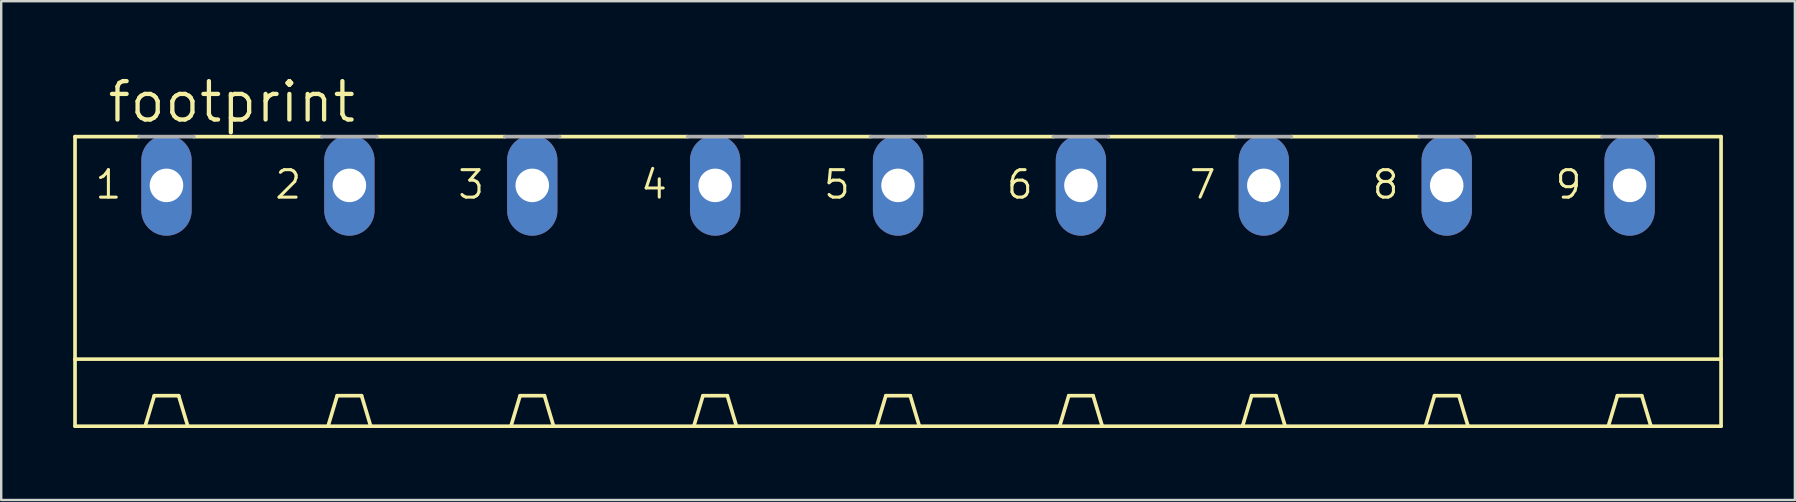
<source format=kicad_pcb>
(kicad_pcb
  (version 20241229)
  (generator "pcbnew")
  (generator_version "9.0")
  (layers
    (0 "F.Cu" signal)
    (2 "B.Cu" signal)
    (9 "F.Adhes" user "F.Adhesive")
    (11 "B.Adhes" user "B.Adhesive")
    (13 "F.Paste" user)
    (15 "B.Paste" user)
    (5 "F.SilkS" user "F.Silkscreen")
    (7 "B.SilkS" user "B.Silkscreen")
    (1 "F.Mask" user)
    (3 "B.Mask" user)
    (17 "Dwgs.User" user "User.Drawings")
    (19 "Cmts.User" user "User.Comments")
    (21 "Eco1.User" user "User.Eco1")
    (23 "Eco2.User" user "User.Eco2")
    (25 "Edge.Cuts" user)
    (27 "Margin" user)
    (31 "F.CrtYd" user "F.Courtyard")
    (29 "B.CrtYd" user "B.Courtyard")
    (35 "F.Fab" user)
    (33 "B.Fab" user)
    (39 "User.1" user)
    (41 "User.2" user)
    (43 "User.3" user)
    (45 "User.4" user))
  (footprint "footprint"
    (layer "F.Cu")
    (at 34.366 9.754)
    (property "Reference" "footprint" (at -33.02 -7.62 0) (layer "F.SilkS") (effects (font (size 1.6 1.6) (thickness 0.178)) (justify left bottom)))
    (fp_line (start -34.29 -7.112) (end -34.29 2.159) (stroke (width 0.152) (type solid)) (layer "F.SilkS"))
    (fp_line (start -34.29 -7.112) (end -31.623 -7.112) (stroke (width 0.152) (type solid)) (layer "F.SilkS"))
    (fp_line (start -34.29 2.159) (end -34.29 4.953) (stroke (width 0.152) (type solid)) (layer "F.SilkS"))
    (fp_line (start -34.29 2.159) (end 34.29 2.159) (stroke (width 0.152) (type solid)) (layer "F.SilkS"))
    (fp_line (start -31.369 4.953) (end -30.988 3.683) (stroke (width 0.152) (type solid)) (layer "F.SilkS"))
    (fp_line (start -29.972 3.683) (end -30.988 3.683) (stroke (width 0.152) (type solid)) (layer "F.SilkS"))
    (fp_line (start -29.591 4.953) (end -29.972 3.683) (stroke (width 0.152) (type solid)) (layer "F.SilkS"))
    (fp_line (start -29.337 -7.112) (end -24.003 -7.112) (stroke (width 0.152) (type solid)) (layer "F.SilkS"))
    (fp_line (start -23.749 4.953) (end -23.368 3.683) (stroke (width 0.152) (type solid)) (layer "F.SilkS"))
    (fp_line (start -23.368 3.683) (end -22.352 3.683) (stroke (width 0.152) (type solid)) (layer "F.SilkS"))
    (fp_line (start -21.971 4.953) (end -22.352 3.683) (stroke (width 0.152) (type solid)) (layer "F.SilkS"))
    (fp_line (start -21.717 -7.112) (end -16.383 -7.112) (stroke (width 0.152) (type solid)) (layer "F.SilkS"))
    (fp_line (start -16.129 4.953) (end -15.748 3.683) (stroke (width 0.152) (type solid)) (layer "F.SilkS"))
    (fp_line (start -15.748 3.683) (end -14.732 3.683) (stroke (width 0.152) (type solid)) (layer "F.SilkS"))
    (fp_line (start -14.351 4.953) (end -14.732 3.683) (stroke (width 0.152) (type solid)) (layer "F.SilkS"))
    (fp_line (start -14.097 -7.112) (end -8.763 -7.112) (stroke (width 0.152) (type solid)) (layer "F.SilkS"))
    (fp_line (start -8.509 4.953) (end -34.29 4.953) (stroke (width 0.152) (type solid)) (layer "F.SilkS"))
    (fp_line (start -8.509 4.953) (end -8.128 3.683) (stroke (width 0.152) (type solid)) (layer "F.SilkS"))
    (fp_line (start -8.128 3.683) (end -7.112 3.683) (stroke (width 0.152) (type solid)) (layer "F.SilkS"))
    (fp_line (start -6.731 4.953) (end -8.509 4.953) (stroke (width 0.152) (type solid)) (layer "F.SilkS"))
    (fp_line (start -6.731 4.953) (end -7.112 3.683) (stroke (width 0.152) (type solid)) (layer "F.SilkS"))
    (fp_line (start -6.477 -7.112) (end -1.143 -7.112) (stroke (width 0.152) (type solid)) (layer "F.SilkS"))
    (fp_line (start -0.889 4.953) (end -6.731 4.953) (stroke (width 0.152) (type solid)) (layer "F.SilkS"))
    (fp_line (start -0.889 4.953) (end -0.508 3.683) (stroke (width 0.152) (type solid)) (layer "F.SilkS"))
    (fp_line (start -0.508 3.683) (end 0.508 3.683) (stroke (width 0.152) (type solid)) (layer "F.SilkS"))
    (fp_line (start 0.889 4.953) (end -0.889 4.953) (stroke (width 0.152) (type solid)) (layer "F.SilkS"))
    (fp_line (start 0.889 4.953) (end 0.508 3.683) (stroke (width 0.152) (type solid)) (layer "F.SilkS"))
    (fp_line (start 1.143 -7.112) (end 6.477 -7.112) (stroke (width 0.152) (type solid)) (layer "F.SilkS"))
    (fp_line (start 6.731 4.953) (end 0.889 4.953) (stroke (width 0.152) (type solid)) (layer "F.SilkS"))
    (fp_line (start 6.731 4.953) (end 7.112 3.683) (stroke (width 0.152) (type solid)) (layer "F.SilkS"))
    (fp_line (start 7.112 3.683) (end 8.128 3.683) (stroke (width 0.152) (type solid)) (layer "F.SilkS"))
    (fp_line (start 8.509 4.953) (end 6.731 4.953) (stroke (width 0.152) (type solid)) (layer "F.SilkS"))
    (fp_line (start 8.509 4.953) (end 8.128 3.683) (stroke (width 0.152) (type solid)) (layer "F.SilkS"))
    (fp_line (start 8.763 -7.112) (end 14.097 -7.112) (stroke (width 0.152) (type solid)) (layer "F.SilkS"))
    (fp_line (start 14.351 4.953) (end 8.509 4.953) (stroke (width 0.152) (type solid)) (layer "F.SilkS"))
    (fp_line (start 14.351 4.953) (end 14.732 3.683) (stroke (width 0.152) (type solid)) (layer "F.SilkS"))
    (fp_line (start 14.732 3.683) (end 15.748 3.683) (stroke (width 0.152) (type solid)) (layer "F.SilkS"))
    (fp_line (start 16.129 4.953) (end 14.351 4.953) (stroke (width 0.152) (type solid)) (layer "F.SilkS"))
    (fp_line (start 16.129 4.953) (end 15.748 3.683) (stroke (width 0.152) (type solid)) (layer "F.SilkS"))
    (fp_line (start 16.383 -7.112) (end 21.717 -7.112) (stroke (width 0.152) (type solid)) (layer "F.SilkS"))
    (fp_line (start 21.971 4.953) (end 16.129 4.953) (stroke (width 0.152) (type solid)) (layer "F.SilkS"))
    (fp_line (start 21.971 4.953) (end 22.352 3.683) (stroke (width 0.152) (type solid)) (layer "F.SilkS"))
    (fp_line (start 22.352 3.683) (end 23.368 3.683) (stroke (width 0.152) (type solid)) (layer "F.SilkS"))
    (fp_line (start 23.749 4.953) (end 21.971 4.953) (stroke (width 0.152) (type solid)) (layer "F.SilkS"))
    (fp_line (start 23.749 4.953) (end 23.368 3.683) (stroke (width 0.152) (type solid)) (layer "F.SilkS"))
    (fp_line (start 24.003 -7.112) (end 29.337 -7.112) (stroke (width 0.152) (type solid)) (layer "F.SilkS"))
    (fp_line (start 29.591 4.953) (end 23.749 4.953) (stroke (width 0.152) (type solid)) (layer "F.SilkS"))
    (fp_line (start 29.591 4.953) (end 29.972 3.683) (stroke (width 0.152) (type solid)) (layer "F.SilkS"))
    (fp_line (start 29.972 3.683) (end 30.988 3.683) (stroke (width 0.152) (type solid)) (layer "F.SilkS"))
    (fp_line (start 31.369 4.953) (end 29.591 4.953) (stroke (width 0.152) (type solid)) (layer "F.SilkS"))
    (fp_line (start 31.369 4.953) (end 30.988 3.683) (stroke (width 0.152) (type solid)) (layer "F.SilkS"))
    (fp_line (start 31.623 -7.112) (end 34.29 -7.112) (stroke (width 0.152) (type solid)) (layer "F.SilkS"))
    (fp_line (start 34.29 -7.112) (end 34.29 2.159) (stroke (width 0.152) (type solid)) (layer "F.SilkS"))
    (fp_line (start 34.29 2.159) (end 34.29 4.953) (stroke (width 0.152) (type solid)) (layer "F.SilkS"))
    (fp_line (start 34.29 4.953) (end 31.369 4.953) (stroke (width 0.152) (type solid)) (layer "F.SilkS"))
    (fp_line (start -31.623 -7.112) (end -29.337 -7.112) (stroke (width 0.152) (type solid)) (layer "F.Fab"))
    (fp_line (start -24.003 -7.112) (end -21.717 -7.112) (stroke (width 0.152) (type solid)) (layer "F.Fab"))
    (fp_line (start -16.383 -7.112) (end -14.097 -7.112) (stroke (width 0.152) (type solid)) (layer "F.Fab"))
    (fp_line (start -8.763 -7.112) (end -6.477 -7.112) (stroke (width 0.152) (type solid)) (layer "F.Fab"))
    (fp_line (start -1.143 -7.112) (end 1.143 -7.112) (stroke (width 0.152) (type solid)) (layer "F.Fab"))
    (fp_line (start 6.477 -7.112) (end 8.763 -7.112) (stroke (width 0.152) (type solid)) (layer "F.Fab"))
    (fp_line (start 14.097 -7.112) (end 16.383 -7.112) (stroke (width 0.152) (type solid)) (layer "F.Fab"))
    (fp_line (start 21.717 -7.112) (end 24.003 -7.112) (stroke (width 0.152) (type solid)) (layer "F.Fab"))
    (fp_line (start 29.337 -7.112) (end 31.623 -7.112) (stroke (width 0.152) (type solid)) (layer "F.Fab"))
    (fp_text user "7" (at 12.065 -4.445 0) (layer "F.SilkS") (effects (font (size 1.143 1.143) (thickness 0.127)) (justify left bottom)))
    (fp_text user "8" (at 19.685 -4.445 0) (layer "F.SilkS") (effects (font (size 1.143 1.143) (thickness 0.127)) (justify left bottom)))
    (fp_text user "1" (at -33.528 -4.445 0) (layer "F.SilkS") (effects (font (size 1.143 1.143) (thickness 0.127)) (justify left bottom)))
    (fp_text user "5" (at -3.175 -4.445 0) (layer "F.SilkS") (effects (font (size 1.143 1.143) (thickness 0.127)) (justify left bottom)))
    (fp_text user "3" (at -18.415 -4.445 0) (layer "F.SilkS") (effects (font (size 1.143 1.143) (thickness 0.127)) (justify left bottom)))
    (fp_text user "9" (at 27.305 -4.445 0) (layer "F.SilkS") (effects (font (size 1.143 1.143) (thickness 0.127)) (justify left bottom)))
    (fp_text user "2" (at -26.035 -4.445 0) (layer "F.SilkS") (effects (font (size 1.143 1.143) (thickness 0.127)) (justify left bottom)))
    (fp_text user "6" (at 4.445 -4.445 0) (layer "F.SilkS") (effects (font (size 1.143 1.143) (thickness 0.127)) (justify left bottom)))
    (fp_text user "4" (at -10.795 -4.445 0) (layer "F.SilkS") (effects (font (size 1.143 1.143) (thickness 0.127)) (justify left bottom)))
    (pad "1" thru_hole oval (at -30.48 -5.08 90) (size 4.191 2.095) (drill 1.397) (layers "*.Cu" "*.Mask"))
    (pad "2" thru_hole oval (at -22.86 -5.08 90) (size 4.191 2.095) (drill 1.397) (layers "*.Cu" "*.Mask"))
    (pad "3" thru_hole oval (at -15.24 -5.08 90) (size 4.191 2.095) (drill 1.397) (layers "*.Cu" "*.Mask"))
    (pad "4" thru_hole oval (at -7.62 -5.08 90) (size 4.191 2.095) (drill 1.397) (layers "*.Cu" "*.Mask"))
    (pad "5" thru_hole oval (at 0 -5.08 90) (size 4.191 2.095) (drill 1.397) (layers "*.Cu" "*.Mask"))
    (pad "6" thru_hole oval (at 7.62 -5.08 90) (size 4.191 2.095) (drill 1.397) (layers "*.Cu" "*.Mask"))
    (pad "7" thru_hole oval (at 15.24 -5.08 90) (size 4.191 2.095) (drill 1.397) (layers "*.Cu" "*.Mask"))
    (pad "8" thru_hole oval (at 22.86 -5.08 90) (size 4.191 2.095) (drill 1.397) (layers "*.Cu" "*.Mask"))
    (pad "9" thru_hole oval (at 30.48 -5.08 90) (size 4.191 2.095) (drill 1.397) (layers "*.Cu" "*.Mask")))
  (gr_rect
    (start -3 -3)
    (end 71.732 17.783)
    (stroke (width 0.1) (type default))
    (fill no)
    (layer "Edge.Cuts")))
</source>
